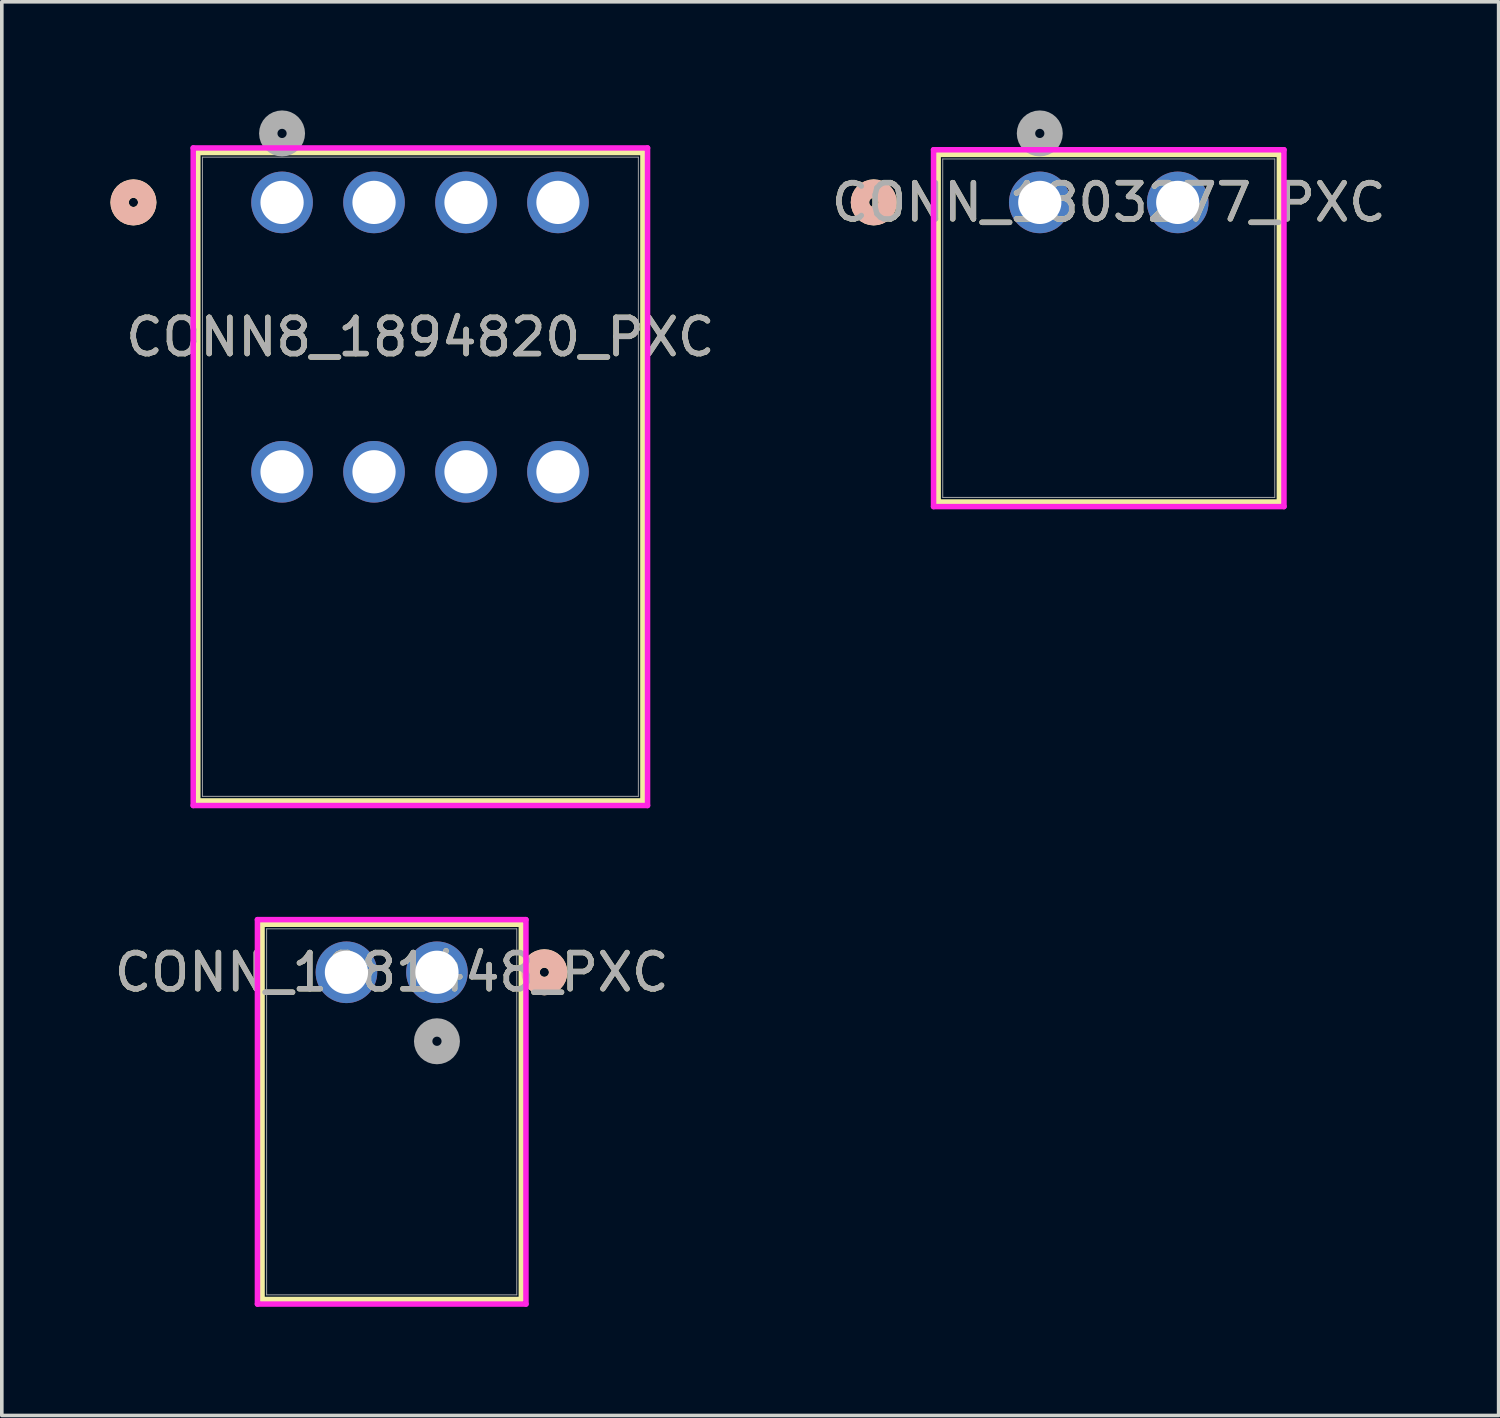
<source format=kicad_pcb>
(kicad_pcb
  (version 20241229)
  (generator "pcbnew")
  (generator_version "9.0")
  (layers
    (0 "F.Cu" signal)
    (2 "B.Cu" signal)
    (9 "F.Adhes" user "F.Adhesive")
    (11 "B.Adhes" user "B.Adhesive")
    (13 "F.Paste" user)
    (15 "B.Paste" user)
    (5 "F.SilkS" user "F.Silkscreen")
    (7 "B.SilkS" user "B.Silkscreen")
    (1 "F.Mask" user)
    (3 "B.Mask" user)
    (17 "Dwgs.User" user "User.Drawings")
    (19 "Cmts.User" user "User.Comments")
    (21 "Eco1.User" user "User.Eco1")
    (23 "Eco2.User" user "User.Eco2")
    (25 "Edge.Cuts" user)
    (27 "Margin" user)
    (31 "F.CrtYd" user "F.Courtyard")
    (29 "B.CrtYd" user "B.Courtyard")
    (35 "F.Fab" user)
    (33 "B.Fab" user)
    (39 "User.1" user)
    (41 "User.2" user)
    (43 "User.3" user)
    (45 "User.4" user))
  (footprint "CONN_1803277_PXC"
    (layer "F.Cu")
    (at 25.667 2.54)
    (property "Reference" "CONN_1803277_PXC" (at 1.905 0 0) (unlocked yes) (layer "F.SilkS") (effects (font (size 1 1) (thickness 0.15))))
    (attr through_hole)
    (fp_line (start -2.807 -1.327) (end -2.807 8.274) (stroke (width 0.152) (type solid)) (layer "F.SilkS"))
    (fp_line (start -2.807 8.274) (end 6.617 8.274) (stroke (width 0.152) (type solid)) (layer "F.SilkS"))
    (fp_line (start 6.617 -1.327) (end -2.807 -1.327) (stroke (width 0.152) (type solid)) (layer "F.SilkS"))
    (fp_line (start 6.617 8.274) (end 6.617 -1.327) (stroke (width 0.152) (type solid)) (layer "F.SilkS"))
    (fp_circle (center -4.585 0) (end -4.204 0) (stroke (width 0.508) (type solid)) (fill no) (layer "F.SilkS"))
    (fp_circle (center -4.585 0) (end -4.204 0) (stroke (width 0.508) (type solid)) (fill no) (layer "B.SilkS"))
    (fp_line (start -2.934 -1.454) (end -2.934 8.401) (stroke (width 0.152) (type solid)) (layer "F.CrtYd"))
    (fp_line (start -2.934 8.401) (end 6.744 8.401) (stroke (width 0.152) (type solid)) (layer "F.CrtYd"))
    (fp_line (start 6.744 -1.454) (end -2.934 -1.454) (stroke (width 0.152) (type solid)) (layer "F.CrtYd"))
    (fp_line (start 6.744 8.401) (end 6.744 -1.454) (stroke (width 0.152) (type solid)) (layer "F.CrtYd"))
    (fp_line (start -2.68 -1.2) (end -2.68 8.147) (stroke (width 0.025) (type solid)) (layer "F.Fab"))
    (fp_line (start -2.68 8.147) (end 6.49 8.147) (stroke (width 0.025) (type solid)) (layer "F.Fab"))
    (fp_line (start 6.49 -1.2) (end -2.68 -1.2) (stroke (width 0.025) (type solid)) (layer "F.Fab"))
    (fp_line (start 6.49 8.147) (end 6.49 -1.2) (stroke (width 0.025) (type solid)) (layer "F.Fab"))
    (fp_circle (center 0 -1.905) (end 0.381 -1.905) (stroke (width 0.508) (type solid)) (fill no) (layer "F.Fab"))
    (fp_text user "${REFERENCE}" (at 1.905 0 0) (unlocked yes) (layer "F.Fab") (effects (font (size 1 1) (thickness 0.15))))
    (pad "1" thru_hole circle (at 0 0) (size 1.702 1.702) (drill 1.194) (layers "*.Cu" "*.Mask"))
    (pad "2" thru_hole circle (at 3.81 0) (size 1.702 1.702) (drill 1.194) (layers "*.Cu" "*.Mask")))
  (footprint "CONN8_1894820_PXC"
    (layer "F.Cu")
    (at 4.74 2.54)
    (property "Reference" "CONN8_1894820_PXC" (at 3.82 3.72 0) (unlocked yes) (layer "F.SilkS") (effects (font (size 1 1) (thickness 0.15))))
    (attr through_hole)
    (fp_line (start -2.327 -1.377) (end -2.327 16.53) (stroke (width 0.152) (type solid)) (layer "F.SilkS"))
    (fp_line (start -2.327 16.53) (end 9.967 16.53) (stroke (width 0.152) (type solid)) (layer "F.SilkS"))
    (fp_line (start 9.967 -1.377) (end -2.327 -1.377) (stroke (width 0.152) (type solid)) (layer "F.SilkS"))
    (fp_line (start 9.967 16.53) (end 9.967 -1.377) (stroke (width 0.152) (type solid)) (layer "F.SilkS"))
    (fp_circle (center -4.105 0) (end -3.724 0) (stroke (width 0.508) (type solid)) (fill no) (layer "F.SilkS"))
    (fp_circle (center -4.105 0) (end -3.724 0) (stroke (width 0.508) (type solid)) (fill no) (layer "B.SilkS"))
    (fp_line (start -2.454 -1.504) (end -2.454 16.657) (stroke (width 0.152) (type solid)) (layer "F.CrtYd"))
    (fp_line (start -2.454 16.657) (end 10.094 16.657) (stroke (width 0.152) (type solid)) (layer "F.CrtYd"))
    (fp_line (start 10.094 -1.504) (end -2.454 -1.504) (stroke (width 0.152) (type solid)) (layer "F.CrtYd"))
    (fp_line (start 10.094 16.657) (end 10.094 -1.504) (stroke (width 0.152) (type solid)) (layer "F.CrtYd"))
    (fp_line (start -2.2 -1.25) (end -2.2 16.403) (stroke (width 0.025) (type solid)) (layer "F.Fab"))
    (fp_line (start -2.2 16.403) (end 9.84 16.403) (stroke (width 0.025) (type solid)) (layer "F.Fab"))
    (fp_line (start 9.84 -1.25) (end -2.2 -1.25) (stroke (width 0.025) (type solid)) (layer "F.Fab"))
    (fp_line (start 9.84 16.403) (end 9.84 -1.25) (stroke (width 0.025) (type solid)) (layer "F.Fab"))
    (fp_circle (center 0 -1.905) (end 0.381 -1.905) (stroke (width 0.508) (type solid)) (fill no) (layer "F.Fab"))
    (fp_text user "${REFERENCE}" (at 3.82 3.72 0) (unlocked yes) (layer "F.Fab") (effects (font (size 1 1) (thickness 0.15))))
    (pad "1" thru_hole circle (at 0 0) (size 1.702 1.702) (drill 1.194) (layers "*.Cu" "*.Mask"))
    (pad "2" thru_hole circle (at 2.54 0) (size 1.702 1.702) (drill 1.194) (layers "*.Cu" "*.Mask"))
    (pad "3" thru_hole circle (at 5.08 0) (size 1.702 1.702) (drill 1.194) (layers "*.Cu" "*.Mask"))
    (pad "4" thru_hole circle (at 7.62 0) (size 1.702 1.702) (drill 1.194) (layers "*.Cu" "*.Mask"))
    (pad "5" thru_hole circle (at 0 7.44) (size 1.702 1.702) (drill 1.194) (layers "*.Cu" "*.Mask"))
    (pad "6" thru_hole circle (at 2.54 7.44) (size 1.702 1.702) (drill 1.194) (layers "*.Cu" "*.Mask"))
    (pad "7" thru_hole circle (at 5.08 7.44) (size 1.702 1.702) (drill 1.194) (layers "*.Cu" "*.Mask"))
    (pad "8" thru_hole circle (at 7.62 7.44) (size 1.702 1.702) (drill 1.194) (layers "*.Cu" "*.Mask")))
  (footprint "CONN_1881448_PXC"
    (layer "F.Cu")
    (at 9.018 23.803)
    (property "Reference" "CONN_1881448_PXC" (at -1.25 0 0) (unlocked yes) (layer "F.SilkS") (effects (font (size 1 1) (thickness 0.15))))
    (attr through_hole)
    (fp_line (start -4.831 -1.327) (end -4.831 9.036) (stroke (width 0.152) (type solid)) (layer "F.SilkS"))
    (fp_line (start -4.831 9.036) (end 2.331 9.036) (stroke (width 0.152) (type solid)) (layer "F.SilkS"))
    (fp_line (start 2.331 -1.327) (end -4.831 -1.327) (stroke (width 0.152) (type solid)) (layer "F.SilkS"))
    (fp_line (start 2.331 9.036) (end 2.331 -1.327) (stroke (width 0.152) (type solid)) (layer "F.SilkS"))
    (fp_circle (center 2.966 0) (end 3.347 0) (stroke (width 0.508) (type solid)) (fill no) (layer "F.SilkS"))
    (fp_circle (center 2.966 0) (end 3.347 0) (stroke (width 0.508) (type solid)) (fill no) (layer "B.SilkS"))
    (fp_line (start -4.958 -1.454) (end -4.958 9.163) (stroke (width 0.152) (type solid)) (layer "F.CrtYd"))
    (fp_line (start -4.958 9.163) (end 2.458 9.163) (stroke (width 0.152) (type solid)) (layer "F.CrtYd"))
    (fp_line (start 2.458 -1.454) (end -4.958 -1.454) (stroke (width 0.152) (type solid)) (layer "F.CrtYd"))
    (fp_line (start 2.458 9.163) (end 2.458 -1.454) (stroke (width 0.152) (type solid)) (layer "F.CrtYd"))
    (fp_line (start -4.704 -1.2) (end -4.704 8.909) (stroke (width 0.025) (type solid)) (layer "F.Fab"))
    (fp_line (start -4.704 8.909) (end 2.204 8.909) (stroke (width 0.025) (type solid)) (layer "F.Fab"))
    (fp_line (start 2.204 -1.2) (end -4.704 -1.2) (stroke (width 0.025) (type solid)) (layer "F.Fab"))
    (fp_line (start 2.204 8.909) (end 2.204 -1.2) (stroke (width 0.025) (type solid)) (layer "F.Fab"))
    (fp_circle (center 0 1.905) (end 0.381 1.905) (stroke (width 0.508) (type solid)) (fill no) (layer "F.Fab"))
    (fp_text user "${REFERENCE}" (at -1.25 0 0) (unlocked yes) (layer "F.Fab") (effects (font (size 1 1) (thickness 0.15))))
    (pad "1" thru_hole circle (at 0 0) (size 1.702 1.702) (drill 1.194) (layers "*.Cu" "*.Mask"))
    (pad "2" thru_hole circle (at -2.5 0) (size 1.702 1.702) (drill 1.194) (layers "*.Cu" "*.Mask")))
  (gr_rect
    (start -3 -3)
    (end 38.34 36.043)
    (stroke (width 0.1) (type default))
    (fill no)
    (layer "Edge.Cuts")))
</source>
